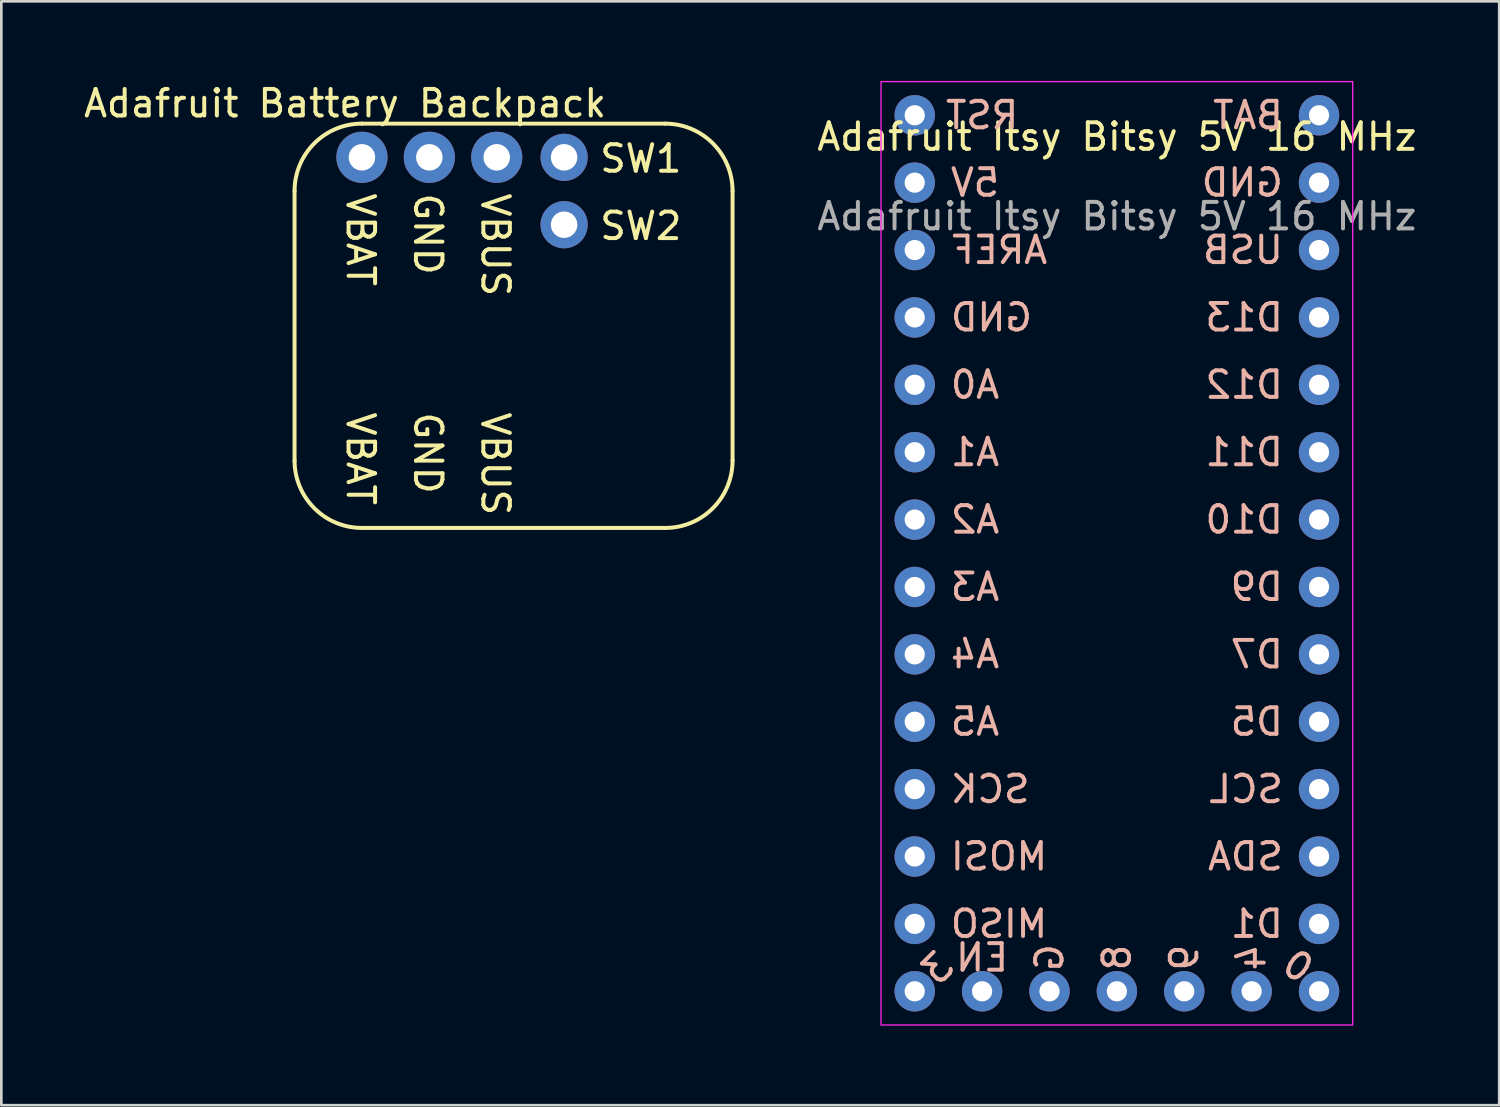
<source format=kicad_pcb>
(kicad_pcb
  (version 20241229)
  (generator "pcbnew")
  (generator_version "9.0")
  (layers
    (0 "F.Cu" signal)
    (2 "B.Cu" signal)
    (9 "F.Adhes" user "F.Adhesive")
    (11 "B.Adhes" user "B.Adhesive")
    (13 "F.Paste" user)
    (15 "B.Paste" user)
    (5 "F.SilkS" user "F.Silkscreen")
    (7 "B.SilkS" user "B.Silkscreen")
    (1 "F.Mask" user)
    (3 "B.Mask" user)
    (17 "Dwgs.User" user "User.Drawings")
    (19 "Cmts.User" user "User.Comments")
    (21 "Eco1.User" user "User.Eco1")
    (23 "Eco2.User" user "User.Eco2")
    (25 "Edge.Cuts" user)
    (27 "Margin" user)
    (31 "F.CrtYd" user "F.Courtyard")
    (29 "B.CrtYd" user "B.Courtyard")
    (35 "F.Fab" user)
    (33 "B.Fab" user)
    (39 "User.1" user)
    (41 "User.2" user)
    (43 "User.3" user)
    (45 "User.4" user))
  (footprint "Adafruit Battery Backpack"
    (layer "F.Cu")
    (at 8.053 1.61)
    (property "Reference" "Adafruit Battery Backpack" (at 1.905 -0.762 0) (unlocked yes) (layer "F.SilkS") (effects (font (size 1 1) (thickness 0.15))))
    (attr through_hole)
    (fp_line (start 0 2.54) (end 0 12.7) (stroke (width 0.15) (type default)) (layer "F.SilkS"))
    (fp_line (start 2.54 15.24) (end 13.97 15.24) (stroke (width 0.15) (type default)) (layer "F.SilkS"))
    (fp_line (start 13.97 0) (end 2.54 0) (stroke (width 0.15) (type default)) (layer "F.SilkS"))
    (fp_line (start 16.51 2.54) (end 16.51 12.7) (stroke (width 0.15) (type default)) (layer "F.SilkS"))
    (fp_arc (start 0 2.54) (mid 0.743949 0.743949) (end 2.54 0) (stroke (width 0.15) (type default)) (layer "F.SilkS"))
    (fp_arc (start 2.54 15.24) (mid 0.743949 14.496051) (end 0 12.7) (stroke (width 0.15) (type default)) (layer "F.SilkS"))
    (fp_arc (start 13.97 0) (mid 15.766051 0.743949) (end 16.51 2.54) (stroke (width 0.15) (type default)) (layer "F.SilkS"))
    (fp_arc (start 16.51 12.7) (mid 15.766051 14.496051) (end 13.97 15.24) (stroke (width 0.15) (type default)) (layer "F.SilkS"))
    (fp_text user "SW2" (at 11.43 4.445 0) (unlocked yes) (layer "F.SilkS") (effects (font (size 1 1) (thickness 0.15)) (justify left bottom)))
    (fp_text user "GND" (at 4.445 2.54 270) (unlocked yes) (layer "F.SilkS") (effects (font (size 1 1) (thickness 0.15)) (justify left bottom)))
    (fp_text user "SW1" (at 11.43 1.905 0) (unlocked yes) (layer "F.SilkS") (effects (font (size 1 1) (thickness 0.15)) (justify left bottom)))
    (fp_text user "VBAT" (at 1.905 10.795 270) (unlocked yes) (layer "F.SilkS") (effects (font (size 1 1) (thickness 0.15)) (justify left bottom)))
    (fp_text user "VBUS" (at 6.985 2.54 270) (unlocked yes) (layer "F.SilkS") (effects (font (size 1 1) (thickness 0.15)) (justify left bottom)))
    (fp_text user "VBUS" (at 6.985 10.795 270) (unlocked yes) (layer "F.SilkS") (effects (font (size 1 1) (thickness 0.15)) (justify left bottom)))
    (fp_text user "GND" (at 4.445 10.795 270) (unlocked yes) (layer "F.SilkS") (effects (font (size 1 1) (thickness 0.15)) (justify left bottom)))
    (fp_text user "VBAT" (at 1.905 2.54 270) (unlocked yes) (layer "F.SilkS") (effects (font (size 1 1) (thickness 0.15)) (justify left bottom)))
    (pad "1" thru_hole circle (at 2.54 1.27) (size 1.93 1.93) (drill 1) (layers "*.Cu" "*.Mask"))
    (pad "2" thru_hole circle (at 5.08 1.27) (size 1.93 1.93) (drill 1) (layers "*.Cu" "*.Mask"))
    (pad "3" thru_hole circle (at 7.62 1.27) (size 1.93 1.93) (drill 1) (layers "*.Cu" "*.Mask"))
    (pad "4" thru_hole circle (at 10.16 1.27) (size 1.778 1.778) (drill 1) (layers "*.Cu" "*.Mask"))
    (pad "5" thru_hole circle (at 10.16 3.81) (size 1.778 1.778) (drill 1) (layers "*.Cu" "*.Mask")))
  (footprint "Adafruit Itsy Bitsy 5V 16 MHz"
    (layer "F.Cu")
    (at 39.049 17.805)
    (property "Reference" "Adafruit Itsy Bitsy 5V 16 MHz" (at 0 -15.7 0) (unlocked yes) (layer "F.SilkS") (effects (font (size 1 1) (thickness 0.15))))
    (attr through_hole)
    (fp_rect (start -8.89 -17.78) (end 8.89 17.78) (stroke (width 0.05) (type solid)) (fill no) (layer "F.CrtYd"))
    (fp_text user "A2" (at -6.35 -1.27 0) (unlocked yes) (layer "B.SilkS") (effects (font (size 1 1) (thickness 0.15)) (justify right mirror)))
    (fp_text user "9" (at 2.54 15.24 90) (unlocked yes) (layer "B.SilkS") (effects (font (size 1 1) (thickness 0.15)) (justify mirror)))
    (fp_text user "A5" (at -6.35 6.35 0) (unlocked yes) (layer "B.SilkS") (effects (font (size 1 1) (thickness 0.15)) (justify right mirror)))
    (fp_text user "D11" (at 6.35 -3.81 0) (unlocked yes) (layer "B.SilkS") (effects (font (size 1 1) (thickness 0.15)) (justify left mirror)))
    (fp_text user "G" (at -2.54 15.24 90) (unlocked yes) (layer "B.SilkS") (effects (font (size 1 1) (thickness 0.15)) (justify mirror)))
    (fp_text user "5V" (at -6.35 -13.97 0) (unlocked yes) (layer "B.SilkS") (effects (font (size 1 1) (thickness 0.15)) (justify right mirror)))
    (fp_text user "8" (at 0 15.24 90) (unlocked yes) (layer "B.SilkS") (effects (font (size 1 1) (thickness 0.15)) (justify mirror)))
    (fp_text user "EN" (at -5.08 15.24 0) (unlocked yes) (layer "B.SilkS") (effects (font (size 1 1) (thickness 0.15)) (justify mirror)))
    (fp_text user "USB" (at 6.35 -11.43 0) (unlocked yes) (layer "B.SilkS") (effects (font (size 1 1) (thickness 0.15)) (justify left mirror)))
    (fp_text user "D12" (at 6.35 -6.35 0) (unlocked yes) (layer "B.SilkS") (effects (font (size 1 1) (thickness 0.15)) (justify left mirror)))
    (fp_text user "RST" (at -5.08 -16.51 0) (unlocked yes) (layer "B.SilkS") (effects (font (size 1 1) (thickness 0.15)) (justify mirror)))
    (fp_text user "BAT" (at 6.35 -16.51 0) (unlocked yes) (layer "B.SilkS") (effects (font (size 1 1) (thickness 0.15)) (justify left mirror)))
    (fp_text user "A1" (at -6.35 -3.81 0) (unlocked yes) (layer "B.SilkS") (effects (font (size 1 1) (thickness 0.15)) (justify right mirror)))
    (fp_text user "MISO" (at -6.35 13.97 0) (unlocked yes) (layer "B.SilkS") (effects (font (size 1 1) (thickness 0.15)) (justify right mirror)))
    (fp_text user "SDA" (at 6.35 11.43 0) (unlocked yes) (layer "B.SilkS") (effects (font (size 1 1) (thickness 0.15)) (justify left mirror)))
    (fp_text user "A0" (at -6.35 -6.35 0) (unlocked yes) (layer "B.SilkS") (effects (font (size 1 1) (thickness 0.15)) (justify right mirror)))
    (fp_text user "D1" (at 6.35 13.97 0) (unlocked yes) (layer "B.SilkS") (effects (font (size 1 1) (thickness 0.15)) (justify left mirror)))
    (fp_text user "GND" (at -6.35 -8.89 0) (unlocked yes) (layer "B.SilkS") (effects (font (size 1 1) (thickness 0.15)) (justify right mirror)))
    (fp_text user "D5" (at 6.35 6.35 0) (unlocked yes) (layer "B.SilkS") (effects (font (size 1 1) (thickness 0.15)) (justify left mirror)))
    (fp_text user "4" (at 5.08 15.24 90) (unlocked yes) (layer "B.SilkS") (effects (font (size 1 1) (thickness 0.15)) (justify mirror)))
    (fp_text user "D10" (at 6.35 -1.27 0) (unlocked yes) (layer "B.SilkS") (effects (font (size 1 1) (thickness 0.15)) (justify left mirror)))
    (fp_text user "AREF" (at -6.35 -11.43 0) (unlocked yes) (layer "B.SilkS") (effects (font (size 1 1) (thickness 0.15)) (justify right mirror)))
    (fp_text user "A4" (at -6.35 3.81 0) (unlocked yes) (layer "B.SilkS") (effects (font (size 1 1) (thickness 0.15)) (justify right mirror)))
    (fp_text user "0" (at 6.35 15.24 325) (unlocked yes) (layer "B.SilkS") (effects (font (size 1 1) (thickness 0.15)) (justify right mirror)))
    (fp_text user "MOSI" (at -6.35 11.43 0) (unlocked yes) (layer "B.SilkS") (effects (font (size 1 1) (thickness 0.15)) (justify right mirror)))
    (fp_text user "A3" (at -6.35 1.27 0) (unlocked yes) (layer "B.SilkS") (effects (font (size 1 1) (thickness 0.15)) (justify right mirror)))
    (fp_text user "D13" (at 6.35 -8.89 0) (unlocked yes) (layer "B.SilkS") (effects (font (size 1 1) (thickness 0.15)) (justify left mirror)))
    (fp_text user "3" (at -6.35 15.24 45) (unlocked yes) (layer "B.SilkS") (effects (font (size 1 1) (thickness 0.15)) (justify left mirror)))
    (fp_text user "SCK" (at -6.35 8.89 0) (unlocked yes) (layer "B.SilkS") (effects (font (size 1 1) (thickness 0.15)) (justify right mirror)))
    (fp_text user "GND" (at 6.35 -13.97 0) (unlocked yes) (layer "B.SilkS") (effects (font (size 1 1) (thickness 0.15)) (justify left mirror)))
    (fp_text user "D9" (at 6.35 1.27 0) (unlocked yes) (layer "B.SilkS") (effects (font (size 1 1) (thickness 0.15)) (justify left mirror)))
    (fp_text user "SCL" (at 6.35 8.89 0) (unlocked yes) (layer "B.SilkS") (effects (font (size 1 1) (thickness 0.15)) (justify left mirror)))
    (fp_text user "D7" (at 6.35 3.81 0) (unlocked yes) (layer "B.SilkS") (effects (font (size 1 1) (thickness 0.15)) (justify left mirror)))
    (fp_text user "${REFERENCE}" (at 0 -12.7 0) (unlocked yes) (layer "F.Fab") (effects (font (size 1 1) (thickness 0.15))))
    (pad "1" thru_hole circle (at -7.62 -16.51) (size 1.524 1.524) (drill 0.762) (layers "*.Cu" "*.Mask"))
    (pad "2" thru_hole circle (at -7.62 -13.97) (size 1.524 1.524) (drill 0.762) (layers "*.Cu" "*.Mask"))
    (pad "3" thru_hole circle (at -7.62 -11.43) (size 1.524 1.524) (drill 0.762) (layers "*.Cu" "*.Mask"))
    (pad "4" thru_hole circle (at -7.62 -8.89) (size 1.524 1.524) (drill 0.762) (layers "*.Cu" "*.Mask"))
    (pad "5" thru_hole circle (at -7.62 -6.35) (size 1.524 1.524) (drill 0.762) (layers "*.Cu" "*.Mask"))
    (pad "6" thru_hole circle (at -7.62 -3.81) (size 1.524 1.524) (drill 0.762) (layers "*.Cu" "*.Mask"))
    (pad "7" thru_hole circle (at -7.62 -1.27) (size 1.524 1.524) (drill 0.762) (layers "*.Cu" "*.Mask"))
    (pad "8" thru_hole circle (at -7.62 1.27) (size 1.524 1.524) (drill 0.762) (layers "*.Cu" "*.Mask"))
    (pad "9" thru_hole circle (at -7.62 3.81) (size 1.524 1.524) (drill 0.762) (layers "*.Cu" "*.Mask"))
    (pad "10" thru_hole circle (at -7.62 6.35) (size 1.524 1.524) (drill 0.762) (layers "*.Cu" "*.Mask"))
    (pad "11" thru_hole circle (at -7.62 8.89) (size 1.524 1.524) (drill 0.762) (layers "*.Cu" "*.Mask"))
    (pad "12" thru_hole circle (at -7.62 11.43) (size 1.524 1.524) (drill 0.762) (layers "*.Cu" "*.Mask"))
    (pad "13" thru_hole circle (at -7.62 13.97) (size 1.524 1.524) (drill 0.762) (layers "*.Cu" "*.Mask"))
    (pad "14" thru_hole circle (at -7.62 16.51) (size 1.524 1.524) (drill 0.762) (layers "*.Cu" "*.Mask"))
    (pad "15" thru_hole circle (at -5.08 16.51 90) (size 1.524 1.524) (drill 0.762) (layers "*.Cu" "*.Mask"))
    (pad "16" thru_hole circle (at -2.54 16.51 90) (size 1.524 1.524) (drill 0.762) (layers "*.Cu" "*.Mask"))
    (pad "17" thru_hole circle (at 0 16.51 90) (size 1.524 1.524) (drill 0.762) (layers "*.Cu" "*.Mask"))
    (pad "18" thru_hole circle (at 2.54 16.51 90) (size 1.524 1.524) (drill 0.762) (layers "*.Cu" "*.Mask"))
    (pad "19" thru_hole circle (at 5.08 16.51 90) (size 1.524 1.524) (drill 0.762) (layers "*.Cu" "*.Mask"))
    (pad "20" thru_hole circle (at 7.62 16.51) (size 1.524 1.524) (drill 0.762) (layers "*.Cu" "*.Mask"))
    (pad "21" thru_hole circle (at 7.62 13.97) (size 1.524 1.524) (drill 0.762) (layers "*.Cu" "*.Mask"))
    (pad "22" thru_hole circle (at 7.62 11.43) (size 1.524 1.524) (drill 0.762) (layers "*.Cu" "*.Mask"))
    (pad "23" thru_hole circle (at 7.62 8.89) (size 1.524 1.524) (drill 0.762) (layers "*.Cu" "*.Mask"))
    (pad "24" thru_hole circle (at 7.62 6.35) (size 1.524 1.524) (drill 0.762) (layers "*.Cu" "*.Mask"))
    (pad "25" thru_hole circle (at 7.62 3.81) (size 1.524 1.524) (drill 0.762) (layers "*.Cu" "*.Mask"))
    (pad "26" thru_hole circle (at 7.62 1.27) (size 1.524 1.524) (drill 0.762) (layers "*.Cu" "*.Mask"))
    (pad "27" thru_hole circle (at 7.62 -1.27) (size 1.524 1.524) (drill 0.762) (layers "*.Cu" "*.Mask"))
    (pad "28" thru_hole circle (at 7.62 -3.81) (size 1.524 1.524) (drill 0.762) (layers "*.Cu" "*.Mask"))
    (pad "29" thru_hole circle (at 7.62 -6.35) (size 1.524 1.524) (drill 0.762) (layers "*.Cu" "*.Mask"))
    (pad "30" thru_hole circle (at 7.62 -8.89) (size 1.524 1.524) (drill 0.762) (layers "*.Cu" "*.Mask"))
    (pad "31" thru_hole circle (at 7.62 -11.43) (size 1.524 1.524) (drill 0.762) (layers "*.Cu" "*.Mask"))
    (pad "32" thru_hole circle (at 7.62 -13.97) (size 1.524 1.524) (drill 0.762) (layers "*.Cu" "*.Mask"))
    (pad "33" thru_hole circle (at 7.62 -16.51) (size 1.524 1.524) (drill 0.762) (layers "*.Cu" "*.Mask")))
  (gr_rect
    (start -3 -3)
    (end 53.46 38.61)
    (stroke (width 0.1) (type default))
    (fill no)
    (layer "Edge.Cuts")))
</source>
